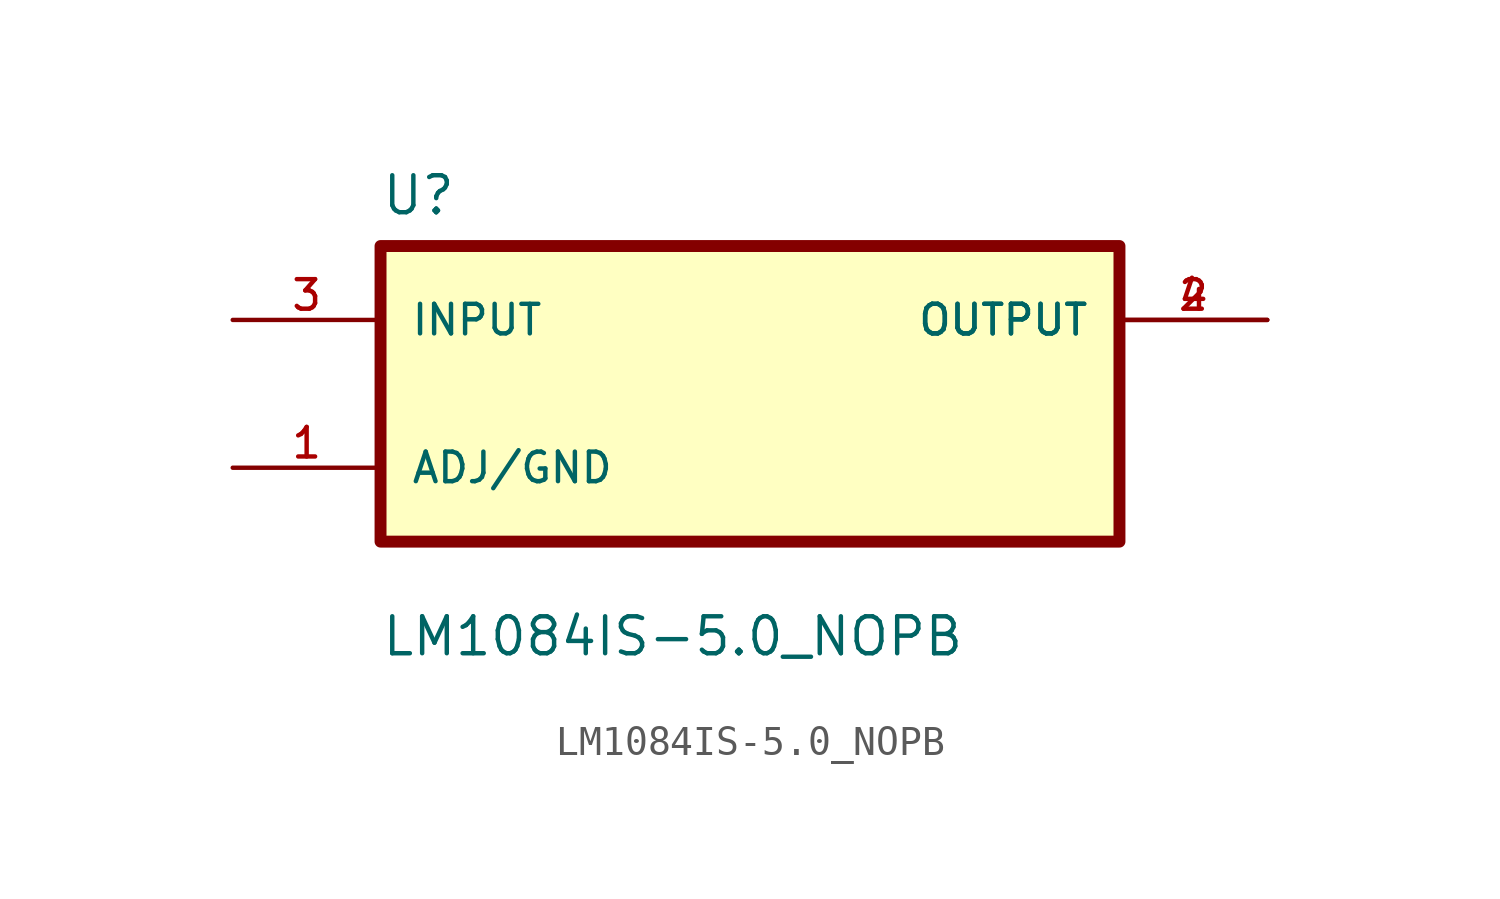
<source format=kicad_sym>
(kicad_symbol_lib
  (version 20211014)
  (generator kicad_symbol_editor)
  (symbol "LM1084IS-5.0_NOPB"
    (pin_names
      (offset 1.016))
    (property "Reference" "U"
      (at -12.7 6.08 0.0)
      (effects (font (size 1.27 1.27)) (justify bottom left)))
    (property "Value" "LM1084IS-5.0_NOPB"
      (at -12.7 -9.08 0.0)
      (effects (font (size 1.27 1.27)) (justify bottom left)))
    (symbol "LM1084IS-5.0_NOPB_0_0"
      (rectangle (start -12.7 -5.08) (end 12.7 5.08) (stroke (width 0.41)) (fill (type background)))
      (pin input line (at -17.78 2.54 0) (length 5.08) (name "INPUT" (effects (font (size 1.016 1.016)))) (number "3" (effects (font (size 1.016 1.016)))))
      (pin bidirectional line (at -17.78 -2.54 0) (length 5.08) (name "ADJ/GND" (effects (font (size 1.016 1.016)))) (number "1" (effects (font (size 1.016 1.016)))))
      (pin output line (at 17.78 2.54 180.0) (length 5.08) (name "OUTPUT" (effects (font (size 1.016 1.016)))) (number "2" (effects (font (size 1.016 1.016)))))
      (pin output line (at 17.78 2.54 180.0) (length 5.08) (name "OUTPUT" (effects (font (size 1.016 1.016)))) (number "4" (effects (font (size 1.016 1.016))))))))
</source>
